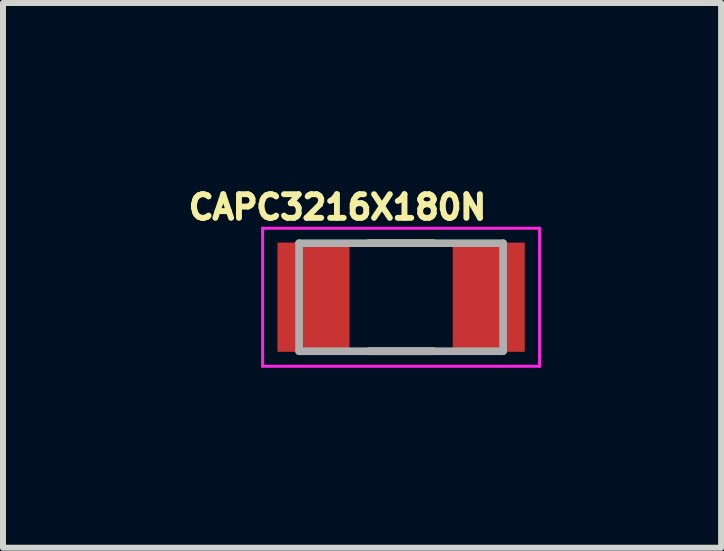
<source format=kicad_pcb>
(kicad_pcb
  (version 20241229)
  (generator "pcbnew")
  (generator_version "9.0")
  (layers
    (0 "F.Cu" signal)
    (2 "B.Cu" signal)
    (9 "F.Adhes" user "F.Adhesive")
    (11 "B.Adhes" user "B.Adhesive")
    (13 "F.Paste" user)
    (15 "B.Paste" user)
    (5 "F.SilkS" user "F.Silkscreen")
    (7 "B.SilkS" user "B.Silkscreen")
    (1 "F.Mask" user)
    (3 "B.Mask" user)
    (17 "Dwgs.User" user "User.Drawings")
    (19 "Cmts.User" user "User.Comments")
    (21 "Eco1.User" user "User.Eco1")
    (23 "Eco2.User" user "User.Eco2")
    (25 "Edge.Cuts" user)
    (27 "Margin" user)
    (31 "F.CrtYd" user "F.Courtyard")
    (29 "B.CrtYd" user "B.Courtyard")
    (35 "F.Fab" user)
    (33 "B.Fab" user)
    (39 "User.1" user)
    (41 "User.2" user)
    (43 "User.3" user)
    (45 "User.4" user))
  (footprint "CAPC3216X180N"
    (layer "F.Cu")
    (at 3.634 1.903)
    (property "Reference" "CAPC3216X180N" (at -1.06 -1.5 0) (layer "F.SilkS") (effects (font (size 0.394 0.394) (thickness 0.15))))
    (attr through_hole)
    (fp_line (start -0.54 -0.9) (end 0.54 -0.9) (stroke (width 0.127) (type solid)) (layer "F.SilkS"))
    (fp_line (start -0.54 0.9) (end 0.54 0.9) (stroke (width 0.127) (type solid)) (layer "F.SilkS"))
    (fp_line (start -2.308 -1.15) (end 2.308 -1.15) (stroke (width 0.05) (type solid)) (layer "F.CrtYd"))
    (fp_line (start -2.308 1.15) (end -2.308 -1.15) (stroke (width 0.05) (type solid)) (layer "F.CrtYd"))
    (fp_line (start -2.308 1.15) (end 2.308 1.15) (stroke (width 0.05) (type solid)) (layer "F.CrtYd"))
    (fp_line (start 2.308 1.15) (end 2.308 -1.15) (stroke (width 0.05) (type solid)) (layer "F.CrtYd"))
    (fp_line (start -1.7 0.9) (end -1.7 -0.9) (stroke (width 0.127) (type solid)) (layer "F.Fab"))
    (fp_line (start 1.7 -0.9) (end -1.7 -0.9) (stroke (width 0.127) (type solid)) (layer "F.Fab"))
    (fp_line (start 1.7 0.9) (end -1.7 0.9) (stroke (width 0.127) (type solid)) (layer "F.Fab"))
    (fp_line (start 1.7 0.9) (end 1.7 -0.9) (stroke (width 0.127) (type solid)) (layer "F.Fab"))
    (pad "1" smd rect (at -1.46 0) (size 1.2 1.82) (layers "F.Cu" "F.Mask" "F.Paste"))
    (pad "2" smd rect (at 1.46 0) (size 1.2 1.82) (layers "F.Cu" "F.Mask" "F.Paste")))
  (gr_rect
    (start -3 -3)
    (end 8.967 6.078)
    (stroke (width 0.1) (type default))
    (fill no)
    (layer "Edge.Cuts")))
</source>
